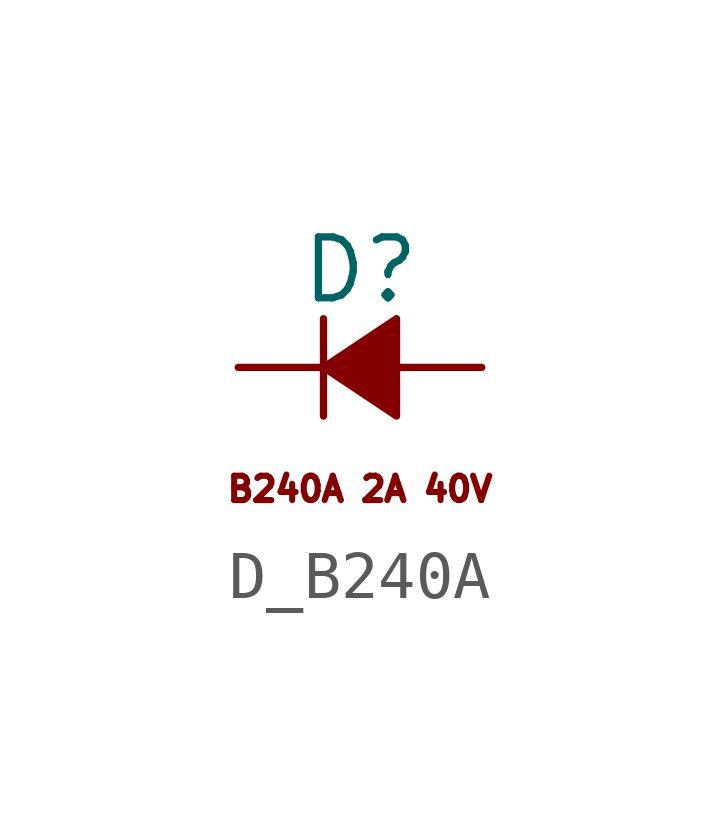
<source format=kicad_sym>
(kicad_symbol_lib
  (version 20211014)
  (generator kicad_symbol_editor)
  (symbol "D_B240A"
    (pin_numbers hide)
    (pin_names
      (offset 0.254) hide)
    (property "Reference" "D"
      (at -1.27 2.032 0)
      (effects (font (size 1.27 1.27)) (justify left)))
    (symbol "D_B240A_0_0"
      (text "B240A 2A 40V" (at 0 -2.54 0) (effects (font (size 0.508 0.508)))))
    (symbol "D_B240A_0_1"
      (polyline (pts (xy -0.762 -1.016) (xy -0.762 1.016)) (stroke (width 0) (type default) (color 0 0 0 0)) (fill (type none)))
      (polyline (pts (xy -0.762 0) (xy 0.762 0)) (stroke (width 0) (type default) (color 0 0 0 0)) (fill (type none)))
      (polyline (pts (xy 0.762 -1.016) (xy -0.762 0) (xy 0.762 1.016) (xy 0.762 -1.016)) (stroke (width 0) (type default) (color 0 0 0 0)) (fill (type outline))))
    (symbol "D_B240A_1_1"
      (pin passive line (at -2.54 0 0) (length 1.778) (name "K" (effects (font (size 1.27 1.27)))) (number "1" (effects (font (size 1.27 1.27)))))
      (pin passive line (at 2.54 0 180) (length 1.778) (name "A" (effects (font (size 1.27 1.27)))) (number "2" (effects (font (size 1.27 1.27))))))))
</source>
